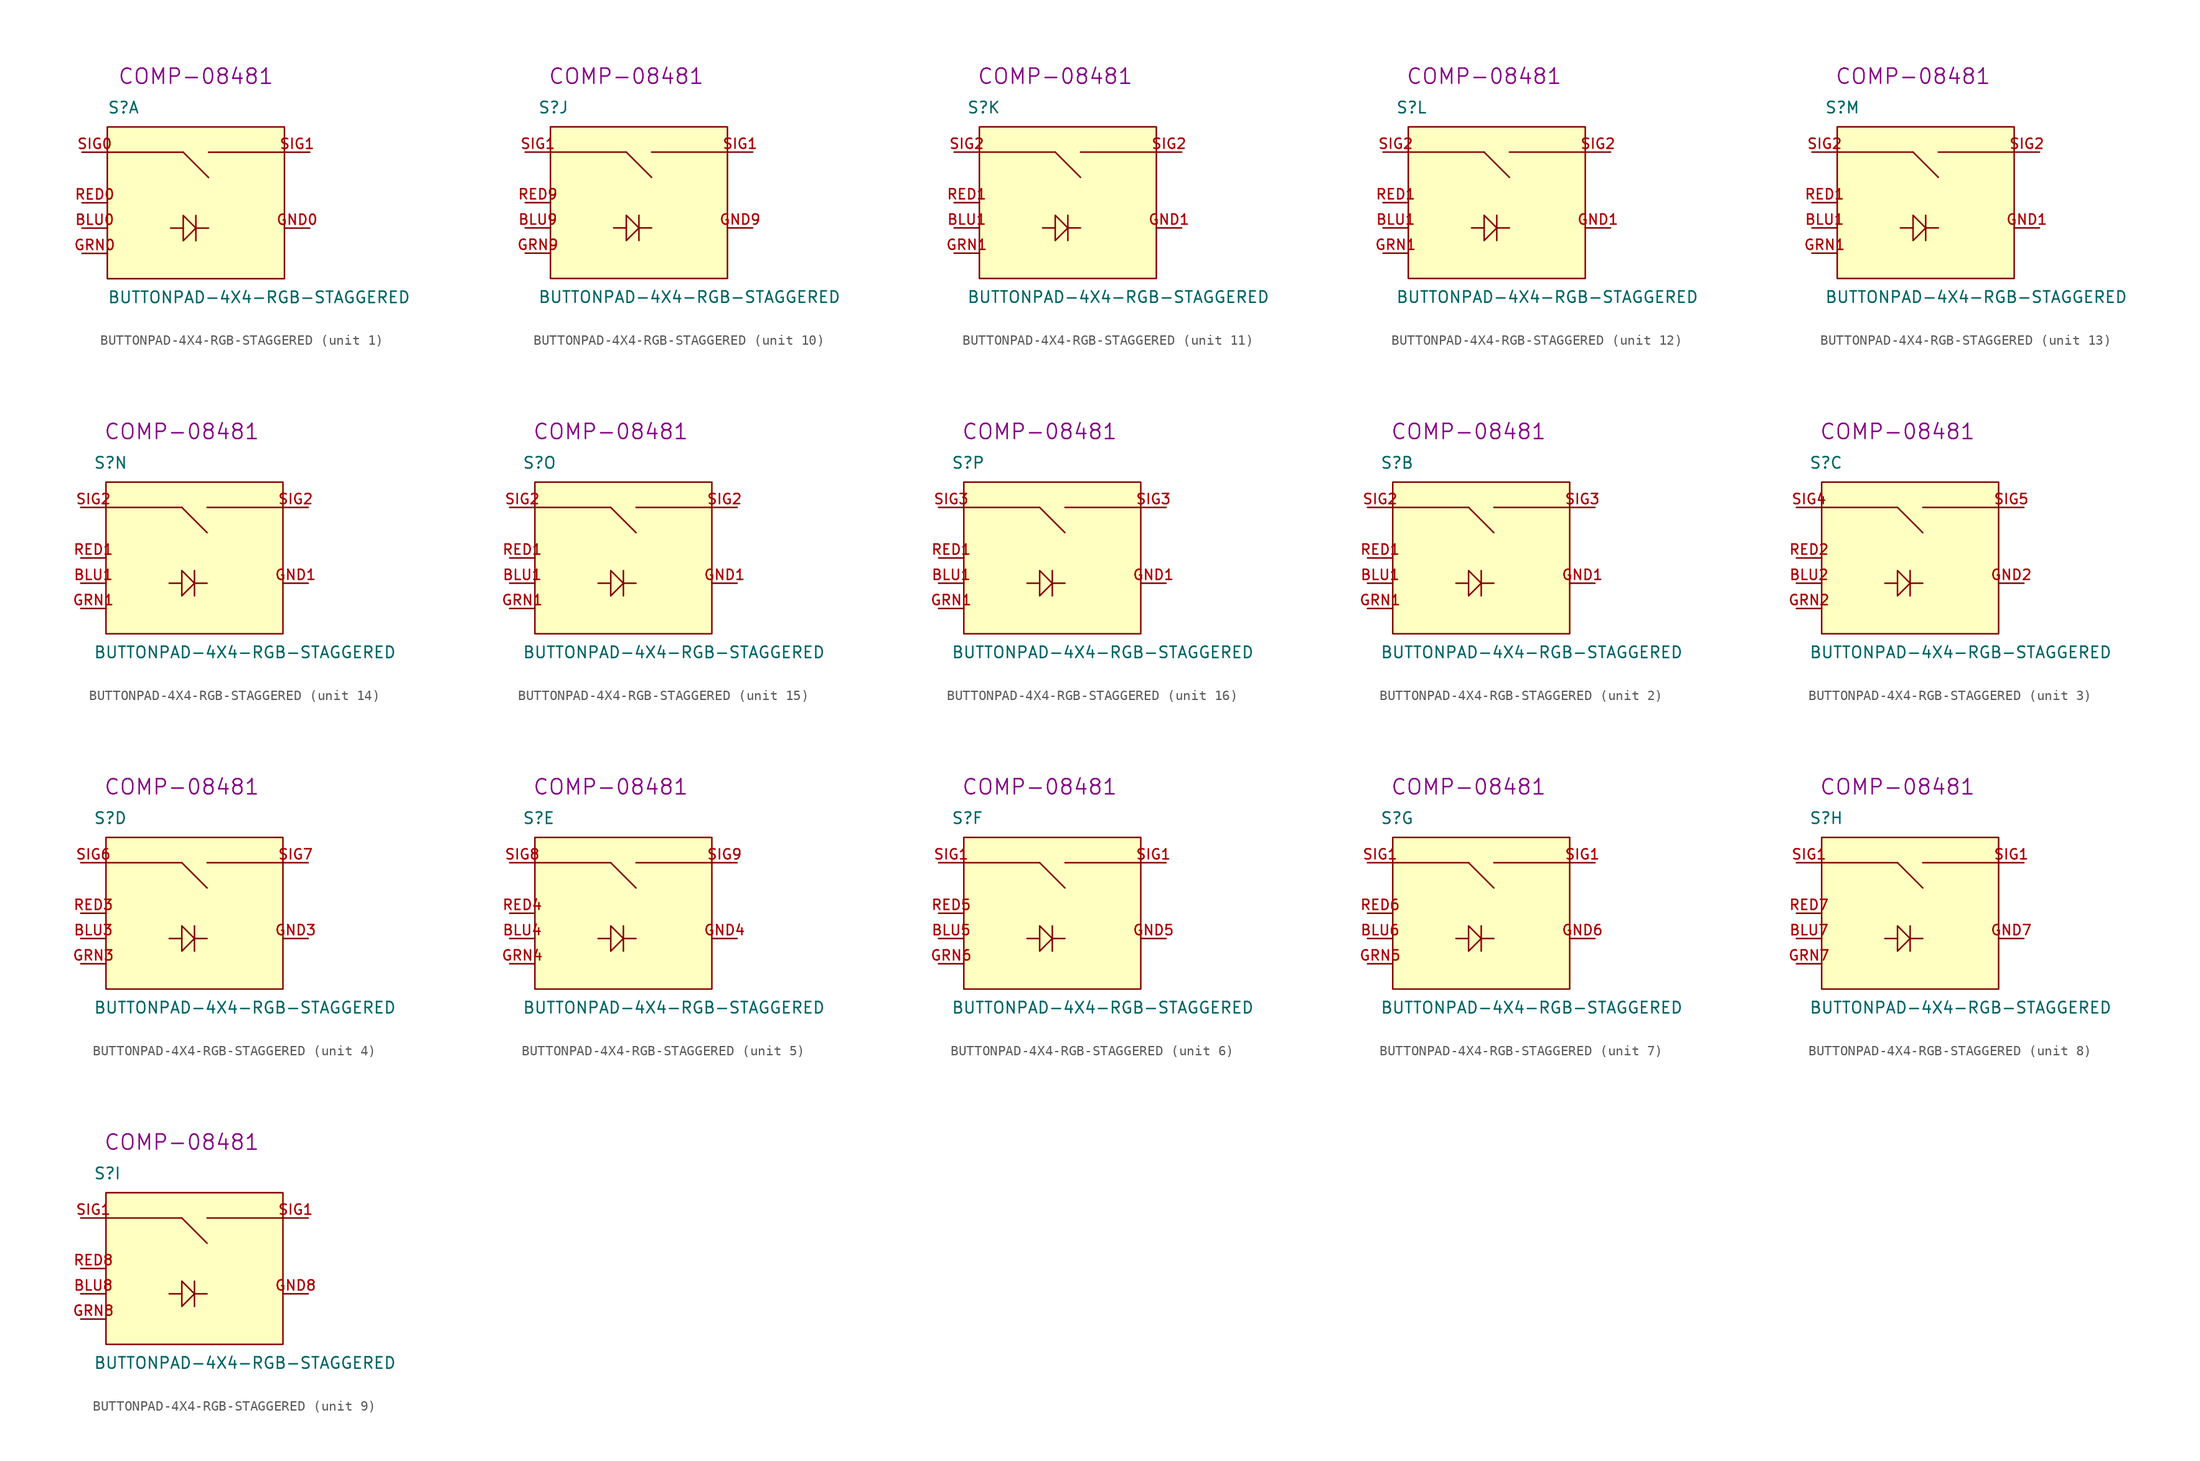
<source format=kicad_sym>
(kicad_symbol_lib
  (version 20211014)
  (generator kicad_symbol_editor)
  (symbol "BUTTONPAD-4X4-RGB-STAGGERED"
    (pin_names
      (offset 1.016) hide)
    (property "Reference" "S"
      (at -8.89 8.89 0)
      (effects (font (size 1.143 1.143)) (justify left bottom)))
    (property "Value" "BUTTONPAD-4X4-RGB-STAGGERED"
      (at -8.89 -10.16 0)
      (effects (font (size 1.143 1.143)) (justify left bottom)))
    (property "Field4" "COMP-08481"
      (at 0 12.7 0)
      (effects (font (size 1.524 1.524))))
    (property "ki_locked" ""
      (at 0 0 0)
      (effects (font (size 1.27 1.27))))
    (symbol "BUTTONPAD-4X4-RGB-STAGGERED_1_0"
      (polyline (pts (xy -8.89 5.08) (xy -1.27 5.08)) (stroke (width 0) (type default) (color 0 0 0 0)) (fill (type none)))
      (polyline (pts (xy -1.27 -2.54) (xy -2.54 -2.54)) (stroke (width 0) (type default) (color 0 0 0 0)) (fill (type none)))
      (polyline (pts (xy -1.27 5.08) (xy 1.27 2.54)) (stroke (width 0) (type default) (color 0 0 0 0)) (fill (type none)))
      (polyline (pts (xy 0 -2.54) (xy 0 -3.81)) (stroke (width 0) (type default) (color 0 0 0 0)) (fill (type none)))
      (polyline (pts (xy 0 -2.54) (xy 1.27 -2.54)) (stroke (width 0) (type default) (color 0 0 0 0)) (fill (type none)))
      (polyline (pts (xy 0 -1.27) (xy 0 -2.54)) (stroke (width 0) (type default) (color 0 0 0 0)) (fill (type none)))
      (polyline (pts (xy 1.27 5.08) (xy 8.89 5.08)) (stroke (width 0) (type default) (color 0 0 0 0)) (fill (type none))))
    (symbol "BUTTONPAD-4X4-RGB-STAGGERED_1_1"
      (polyline (pts (xy -1.27 -1.27) (xy -1.27 -2.54) (xy -1.27 -3.81) (xy 0 -2.54) (xy -1.27 -1.27)) (stroke (width 0) (type default) (color 0 0 0 0)) (fill (type background)))
      (polyline (pts (xy 8.89 7.62) (xy 8.89 5.08) (xy 8.89 -7.62) (xy -8.89 -7.62) (xy -8.89 5.08) (xy -8.89 7.62) (xy 8.89 7.62)) (stroke (width 0) (type default) (color 0 0 0 0)) (fill (type background)))
      (pin bidirectional line (at -11.43 -2.54 0) (length 2.54) (name "BLU" (effects (font (size 1.016 1.016)))) (number "BLU0" (effects (font (size 1.016 1.016)))))
      (pin bidirectional line (at 11.43 -2.54 180) (length 2.54) (name "GND" (effects (font (size 1.016 1.016)))) (number "GND0" (effects (font (size 1.016 1.016)))))
      (pin bidirectional line (at -11.43 -5.08 0) (length 2.54) (name "GRN" (effects (font (size 1.016 1.016)))) (number "GRN0" (effects (font (size 1.016 1.016)))))
      (pin bidirectional line (at -11.43 0 0) (length 2.54) (name "RED" (effects (font (size 1.016 1.016)))) (number "RED0" (effects (font (size 1.016 1.016)))))
      (pin bidirectional line (at -11.43 5.08 0) (length 2.54) (name "SIG1" (effects (font (size 1.016 1.016)))) (number "SIG0" (effects (font (size 1.016 1.016)))))
      (pin bidirectional line (at 11.43 5.08 180) (length 2.54) (name "SIG2" (effects (font (size 1.016 1.016)))) (number "SIG1" (effects (font (size 1.016 1.016))))))
    (symbol "BUTTONPAD-4X4-RGB-STAGGERED_2_0"
      (polyline (pts (xy -7.62 5.08) (xy 0 5.08)) (stroke (width 0) (type default) (color 0 0 0 0)) (fill (type none)))
      (polyline (pts (xy 0 -2.54) (xy -1.27 -2.54)) (stroke (width 0) (type default) (color 0 0 0 0)) (fill (type none)))
      (polyline (pts (xy 0 5.08) (xy 2.54 2.54)) (stroke (width 0) (type default) (color 0 0 0 0)) (fill (type none)))
      (polyline (pts (xy 1.27 -2.54) (xy 1.27 -3.81)) (stroke (width 0) (type default) (color 0 0 0 0)) (fill (type none)))
      (polyline (pts (xy 1.27 -2.54) (xy 2.54 -2.54)) (stroke (width 0) (type default) (color 0 0 0 0)) (fill (type none)))
      (polyline (pts (xy 1.27 -1.27) (xy 1.27 -2.54)) (stroke (width 0) (type default) (color 0 0 0 0)) (fill (type none)))
      (polyline (pts (xy 2.54 5.08) (xy 10.16 5.08)) (stroke (width 0) (type default) (color 0 0 0 0)) (fill (type none))))
    (symbol "BUTTONPAD-4X4-RGB-STAGGERED_2_1"
      (polyline (pts (xy 0 -1.27) (xy 0 -2.54) (xy 0 -3.81) (xy 1.27 -2.54) (xy 0 -1.27)) (stroke (width 0) (type default) (color 0 0 0 0)) (fill (type background)))
      (polyline (pts (xy 10.16 7.62) (xy 10.16 5.08) (xy 10.16 -7.62) (xy -7.62 -7.62) (xy -7.62 5.08) (xy -7.62 7.62) (xy 10.16 7.62)) (stroke (width 0) (type default) (color 0 0 0 0)) (fill (type background)))
      (pin bidirectional line (at -10.16 -2.54 0) (length 2.54) (name "BLU" (effects (font (size 1.016 1.016)))) (number "BLU1" (effects (font (size 1.016 1.016)))))
      (pin bidirectional line (at 12.7 -2.54 180) (length 2.54) (name "GND" (effects (font (size 1.016 1.016)))) (number "GND1" (effects (font (size 1.016 1.016)))))
      (pin bidirectional line (at -10.16 -5.08 0) (length 2.54) (name "GRN" (effects (font (size 1.016 1.016)))) (number "GRN1" (effects (font (size 1.016 1.016)))))
      (pin bidirectional line (at -10.16 0 0) (length 2.54) (name "RED" (effects (font (size 1.016 1.016)))) (number "RED1" (effects (font (size 1.016 1.016)))))
      (pin bidirectional line (at -10.16 5.08 0) (length 2.54) (name "SIG1" (effects (font (size 1.016 1.016)))) (number "SIG2" (effects (font (size 1.016 1.016)))))
      (pin bidirectional line (at 12.7 5.08 180) (length 2.54) (name "SIG2" (effects (font (size 1.016 1.016)))) (number "SIG3" (effects (font (size 1.016 1.016))))))
    (symbol "BUTTONPAD-4X4-RGB-STAGGERED_3_0"
      (polyline (pts (xy -7.62 5.08) (xy 0 5.08)) (stroke (width 0) (type default) (color 0 0 0 0)) (fill (type none)))
      (polyline (pts (xy 0 -2.54) (xy -1.27 -2.54)) (stroke (width 0) (type default) (color 0 0 0 0)) (fill (type none)))
      (polyline (pts (xy 0 5.08) (xy 2.54 2.54)) (stroke (width 0) (type default) (color 0 0 0 0)) (fill (type none)))
      (polyline (pts (xy 1.27 -2.54) (xy 1.27 -3.81)) (stroke (width 0) (type default) (color 0 0 0 0)) (fill (type none)))
      (polyline (pts (xy 1.27 -2.54) (xy 2.54 -2.54)) (stroke (width 0) (type default) (color 0 0 0 0)) (fill (type none)))
      (polyline (pts (xy 1.27 -1.27) (xy 1.27 -2.54)) (stroke (width 0) (type default) (color 0 0 0 0)) (fill (type none)))
      (polyline (pts (xy 2.54 5.08) (xy 10.16 5.08)) (stroke (width 0) (type default) (color 0 0 0 0)) (fill (type none))))
    (symbol "BUTTONPAD-4X4-RGB-STAGGERED_3_1"
      (polyline (pts (xy 0 -1.27) (xy 0 -2.54) (xy 0 -3.81) (xy 1.27 -2.54) (xy 0 -1.27)) (stroke (width 0) (type default) (color 0 0 0 0)) (fill (type background)))
      (polyline (pts (xy 10.16 7.62) (xy 10.16 5.08) (xy 10.16 -7.62) (xy -7.62 -7.62) (xy -7.62 5.08) (xy -7.62 7.62) (xy 10.16 7.62)) (stroke (width 0) (type default) (color 0 0 0 0)) (fill (type background)))
      (pin bidirectional line (at -10.16 -2.54 0) (length 2.54) (name "BLU" (effects (font (size 1.016 1.016)))) (number "BLU2" (effects (font (size 1.016 1.016)))))
      (pin bidirectional line (at 12.7 -2.54 180) (length 2.54) (name "GND" (effects (font (size 1.016 1.016)))) (number "GND2" (effects (font (size 1.016 1.016)))))
      (pin bidirectional line (at -10.16 -5.08 0) (length 2.54) (name "GRN" (effects (font (size 1.016 1.016)))) (number "GRN2" (effects (font (size 1.016 1.016)))))
      (pin bidirectional line (at -10.16 0 0) (length 2.54) (name "RED" (effects (font (size 1.016 1.016)))) (number "RED2" (effects (font (size 1.016 1.016)))))
      (pin bidirectional line (at -10.16 5.08 0) (length 2.54) (name "SIG1" (effects (font (size 1.016 1.016)))) (number "SIG4" (effects (font (size 1.016 1.016)))))
      (pin bidirectional line (at 12.7 5.08 180) (length 2.54) (name "SIG2" (effects (font (size 1.016 1.016)))) (number "SIG5" (effects (font (size 1.016 1.016))))))
    (symbol "BUTTONPAD-4X4-RGB-STAGGERED_4_0"
      (polyline (pts (xy -7.62 5.08) (xy 0 5.08)) (stroke (width 0) (type default) (color 0 0 0 0)) (fill (type none)))
      (polyline (pts (xy 0 -2.54) (xy -1.27 -2.54)) (stroke (width 0) (type default) (color 0 0 0 0)) (fill (type none)))
      (polyline (pts (xy 0 5.08) (xy 2.54 2.54)) (stroke (width 0) (type default) (color 0 0 0 0)) (fill (type none)))
      (polyline (pts (xy 1.27 -2.54) (xy 1.27 -3.81)) (stroke (width 0) (type default) (color 0 0 0 0)) (fill (type none)))
      (polyline (pts (xy 1.27 -2.54) (xy 2.54 -2.54)) (stroke (width 0) (type default) (color 0 0 0 0)) (fill (type none)))
      (polyline (pts (xy 1.27 -1.27) (xy 1.27 -2.54)) (stroke (width 0) (type default) (color 0 0 0 0)) (fill (type none)))
      (polyline (pts (xy 2.54 5.08) (xy 10.16 5.08)) (stroke (width 0) (type default) (color 0 0 0 0)) (fill (type none))))
    (symbol "BUTTONPAD-4X4-RGB-STAGGERED_4_1"
      (polyline (pts (xy 0 -1.27) (xy 0 -2.54) (xy 0 -3.81) (xy 1.27 -2.54) (xy 0 -1.27)) (stroke (width 0) (type default) (color 0 0 0 0)) (fill (type background)))
      (polyline (pts (xy 10.16 7.62) (xy 10.16 5.08) (xy 10.16 -7.62) (xy -7.62 -7.62) (xy -7.62 5.08) (xy -7.62 7.62) (xy 10.16 7.62)) (stroke (width 0) (type default) (color 0 0 0 0)) (fill (type background)))
      (pin bidirectional line (at -10.16 -2.54 0) (length 2.54) (name "BLU" (effects (font (size 1.016 1.016)))) (number "BLU3" (effects (font (size 1.016 1.016)))))
      (pin bidirectional line (at 12.7 -2.54 180) (length 2.54) (name "GND" (effects (font (size 1.016 1.016)))) (number "GND3" (effects (font (size 1.016 1.016)))))
      (pin bidirectional line (at -10.16 -5.08 0) (length 2.54) (name "GRN" (effects (font (size 1.016 1.016)))) (number "GRN3" (effects (font (size 1.016 1.016)))))
      (pin bidirectional line (at -10.16 0 0) (length 2.54) (name "RED" (effects (font (size 1.016 1.016)))) (number "RED3" (effects (font (size 1.016 1.016)))))
      (pin bidirectional line (at -10.16 5.08 0) (length 2.54) (name "SIG1" (effects (font (size 1.016 1.016)))) (number "SIG6" (effects (font (size 1.016 1.016)))))
      (pin bidirectional line (at 12.7 5.08 180) (length 2.54) (name "SIG2" (effects (font (size 1.016 1.016)))) (number "SIG7" (effects (font (size 1.016 1.016))))))
    (symbol "BUTTONPAD-4X4-RGB-STAGGERED_5_0"
      (polyline (pts (xy -7.62 5.08) (xy 0 5.08)) (stroke (width 0) (type default) (color 0 0 0 0)) (fill (type none)))
      (polyline (pts (xy 0 -2.54) (xy -1.27 -2.54)) (stroke (width 0) (type default) (color 0 0 0 0)) (fill (type none)))
      (polyline (pts (xy 0 5.08) (xy 2.54 2.54)) (stroke (width 0) (type default) (color 0 0 0 0)) (fill (type none)))
      (polyline (pts (xy 1.27 -2.54) (xy 1.27 -3.81)) (stroke (width 0) (type default) (color 0 0 0 0)) (fill (type none)))
      (polyline (pts (xy 1.27 -2.54) (xy 2.54 -2.54)) (stroke (width 0) (type default) (color 0 0 0 0)) (fill (type none)))
      (polyline (pts (xy 1.27 -1.27) (xy 1.27 -2.54)) (stroke (width 0) (type default) (color 0 0 0 0)) (fill (type none)))
      (polyline (pts (xy 2.54 5.08) (xy 10.16 5.08)) (stroke (width 0) (type default) (color 0 0 0 0)) (fill (type none))))
    (symbol "BUTTONPAD-4X4-RGB-STAGGERED_5_1"
      (polyline (pts (xy 0 -1.27) (xy 0 -2.54) (xy 0 -3.81) (xy 1.27 -2.54) (xy 0 -1.27)) (stroke (width 0) (type default) (color 0 0 0 0)) (fill (type background)))
      (polyline (pts (xy 10.16 7.62) (xy 10.16 5.08) (xy 10.16 -7.62) (xy -7.62 -7.62) (xy -7.62 5.08) (xy -7.62 7.62) (xy 10.16 7.62)) (stroke (width 0) (type default) (color 0 0 0 0)) (fill (type background)))
      (pin bidirectional line (at -10.16 -2.54 0) (length 2.54) (name "BLU" (effects (font (size 1.016 1.016)))) (number "BLU4" (effects (font (size 1.016 1.016)))))
      (pin bidirectional line (at 12.7 -2.54 180) (length 2.54) (name "GND" (effects (font (size 1.016 1.016)))) (number "GND4" (effects (font (size 1.016 1.016)))))
      (pin bidirectional line (at -10.16 -5.08 0) (length 2.54) (name "GRN" (effects (font (size 1.016 1.016)))) (number "GRN4" (effects (font (size 1.016 1.016)))))
      (pin bidirectional line (at -10.16 0 0) (length 2.54) (name "RED" (effects (font (size 1.016 1.016)))) (number "RED4" (effects (font (size 1.016 1.016)))))
      (pin bidirectional line (at -10.16 5.08 0) (length 2.54) (name "SIG1" (effects (font (size 1.016 1.016)))) (number "SIG8" (effects (font (size 1.016 1.016)))))
      (pin bidirectional line (at 12.7 5.08 180) (length 2.54) (name "SIG2" (effects (font (size 1.016 1.016)))) (number "SIG9" (effects (font (size 1.016 1.016))))))
    (symbol "BUTTONPAD-4X4-RGB-STAGGERED_6_0"
      (polyline (pts (xy -7.62 5.08) (xy 0 5.08)) (stroke (width 0) (type default) (color 0 0 0 0)) (fill (type none)))
      (polyline (pts (xy 0 -2.54) (xy -1.27 -2.54)) (stroke (width 0) (type default) (color 0 0 0 0)) (fill (type none)))
      (polyline (pts (xy 0 5.08) (xy 2.54 2.54)) (stroke (width 0) (type default) (color 0 0 0 0)) (fill (type none)))
      (polyline (pts (xy 1.27 -2.54) (xy 1.27 -3.81)) (stroke (width 0) (type default) (color 0 0 0 0)) (fill (type none)))
      (polyline (pts (xy 1.27 -2.54) (xy 2.54 -2.54)) (stroke (width 0) (type default) (color 0 0 0 0)) (fill (type none)))
      (polyline (pts (xy 1.27 -1.27) (xy 1.27 -2.54)) (stroke (width 0) (type default) (color 0 0 0 0)) (fill (type none)))
      (polyline (pts (xy 2.54 5.08) (xy 10.16 5.08)) (stroke (width 0) (type default) (color 0 0 0 0)) (fill (type none))))
    (symbol "BUTTONPAD-4X4-RGB-STAGGERED_6_1"
      (polyline (pts (xy 0 -1.27) (xy 0 -2.54) (xy 0 -3.81) (xy 1.27 -2.54) (xy 0 -1.27)) (stroke (width 0) (type default) (color 0 0 0 0)) (fill (type background)))
      (polyline (pts (xy 10.16 7.62) (xy 10.16 5.08) (xy 10.16 -7.62) (xy -7.62 -7.62) (xy -7.62 5.08) (xy -7.62 7.62) (xy 10.16 7.62)) (stroke (width 0) (type default) (color 0 0 0 0)) (fill (type background)))
      (pin bidirectional line (at -10.16 -2.54 0) (length 2.54) (name "BLU" (effects (font (size 1.016 1.016)))) (number "BLU5" (effects (font (size 1.016 1.016)))))
      (pin bidirectional line (at 12.7 -2.54 180) (length 2.54) (name "GND" (effects (font (size 1.016 1.016)))) (number "GND5" (effects (font (size 1.016 1.016)))))
      (pin bidirectional line (at -10.16 -5.08 0) (length 2.54) (name "GRN" (effects (font (size 1.016 1.016)))) (number "GRN6" (effects (font (size 1.016 1.016)))))
      (pin bidirectional line (at -10.16 0 0) (length 2.54) (name "RED" (effects (font (size 1.016 1.016)))) (number "RED5" (effects (font (size 1.016 1.016)))))
      (pin bidirectional line (at -10.16 5.08 0) (length 2.54) (name "SIG1" (effects (font (size 1.016 1.016)))) (number "SIG1" (effects (font (size 1.016 1.016)))))
      (pin bidirectional line (at 12.7 5.08 180) (length 2.54) (name "SIG2" (effects (font (size 1.016 1.016)))) (number "SIG1" (effects (font (size 1.016 1.016))))))
    (symbol "BUTTONPAD-4X4-RGB-STAGGERED_7_0"
      (polyline (pts (xy -7.62 5.08) (xy 0 5.08)) (stroke (width 0) (type default) (color 0 0 0 0)) (fill (type none)))
      (polyline (pts (xy 0 -2.54) (xy -1.27 -2.54)) (stroke (width 0) (type default) (color 0 0 0 0)) (fill (type none)))
      (polyline (pts (xy 0 5.08) (xy 2.54 2.54)) (stroke (width 0) (type default) (color 0 0 0 0)) (fill (type none)))
      (polyline (pts (xy 1.27 -2.54) (xy 1.27 -3.81)) (stroke (width 0) (type default) (color 0 0 0 0)) (fill (type none)))
      (polyline (pts (xy 1.27 -2.54) (xy 2.54 -2.54)) (stroke (width 0) (type default) (color 0 0 0 0)) (fill (type none)))
      (polyline (pts (xy 1.27 -1.27) (xy 1.27 -2.54)) (stroke (width 0) (type default) (color 0 0 0 0)) (fill (type none)))
      (polyline (pts (xy 2.54 5.08) (xy 10.16 5.08)) (stroke (width 0) (type default) (color 0 0 0 0)) (fill (type none))))
    (symbol "BUTTONPAD-4X4-RGB-STAGGERED_7_1"
      (polyline (pts (xy 0 -1.27) (xy 0 -2.54) (xy 0 -3.81) (xy 1.27 -2.54) (xy 0 -1.27)) (stroke (width 0) (type default) (color 0 0 0 0)) (fill (type background)))
      (polyline (pts (xy 10.16 7.62) (xy 10.16 5.08) (xy 10.16 -7.62) (xy -7.62 -7.62) (xy -7.62 5.08) (xy -7.62 7.62) (xy 10.16 7.62)) (stroke (width 0) (type default) (color 0 0 0 0)) (fill (type background)))
      (pin bidirectional line (at -10.16 -2.54 0) (length 2.54) (name "BLU" (effects (font (size 1.016 1.016)))) (number "BLU6" (effects (font (size 1.016 1.016)))))
      (pin bidirectional line (at 12.7 -2.54 180) (length 2.54) (name "GND" (effects (font (size 1.016 1.016)))) (number "GND6" (effects (font (size 1.016 1.016)))))
      (pin bidirectional line (at -10.16 -5.08 0) (length 2.54) (name "GRN" (effects (font (size 1.016 1.016)))) (number "GRN5" (effects (font (size 1.016 1.016)))))
      (pin bidirectional line (at -10.16 0 0) (length 2.54) (name "RED" (effects (font (size 1.016 1.016)))) (number "RED6" (effects (font (size 1.016 1.016)))))
      (pin bidirectional line (at -10.16 5.08 0) (length 2.54) (name "SIG1" (effects (font (size 1.016 1.016)))) (number "SIG1" (effects (font (size 1.016 1.016)))))
      (pin bidirectional line (at 12.7 5.08 180) (length 2.54) (name "SIG2" (effects (font (size 1.016 1.016)))) (number "SIG1" (effects (font (size 1.016 1.016))))))
    (symbol "BUTTONPAD-4X4-RGB-STAGGERED_8_0"
      (polyline (pts (xy -7.62 5.08) (xy 0 5.08)) (stroke (width 0) (type default) (color 0 0 0 0)) (fill (type none)))
      (polyline (pts (xy 0 -2.54) (xy -1.27 -2.54)) (stroke (width 0) (type default) (color 0 0 0 0)) (fill (type none)))
      (polyline (pts (xy 0 5.08) (xy 2.54 2.54)) (stroke (width 0) (type default) (color 0 0 0 0)) (fill (type none)))
      (polyline (pts (xy 1.27 -2.54) (xy 1.27 -3.81)) (stroke (width 0) (type default) (color 0 0 0 0)) (fill (type none)))
      (polyline (pts (xy 1.27 -2.54) (xy 2.54 -2.54)) (stroke (width 0) (type default) (color 0 0 0 0)) (fill (type none)))
      (polyline (pts (xy 1.27 -1.27) (xy 1.27 -2.54)) (stroke (width 0) (type default) (color 0 0 0 0)) (fill (type none)))
      (polyline (pts (xy 2.54 5.08) (xy 10.16 5.08)) (stroke (width 0) (type default) (color 0 0 0 0)) (fill (type none))))
    (symbol "BUTTONPAD-4X4-RGB-STAGGERED_8_1"
      (polyline (pts (xy 0 -1.27) (xy 0 -2.54) (xy 0 -3.81) (xy 1.27 -2.54) (xy 0 -1.27)) (stroke (width 0) (type default) (color 0 0 0 0)) (fill (type background)))
      (polyline (pts (xy 10.16 7.62) (xy 10.16 5.08) (xy 10.16 -7.62) (xy -7.62 -7.62) (xy -7.62 5.08) (xy -7.62 7.62) (xy 10.16 7.62)) (stroke (width 0) (type default) (color 0 0 0 0)) (fill (type background)))
      (pin bidirectional line (at -10.16 -2.54 0) (length 2.54) (name "BLU" (effects (font (size 1.016 1.016)))) (number "BLU7" (effects (font (size 1.016 1.016)))))
      (pin bidirectional line (at 12.7 -2.54 180) (length 2.54) (name "GND" (effects (font (size 1.016 1.016)))) (number "GND7" (effects (font (size 1.016 1.016)))))
      (pin bidirectional line (at -10.16 -5.08 0) (length 2.54) (name "GRN" (effects (font (size 1.016 1.016)))) (number "GRN7" (effects (font (size 1.016 1.016)))))
      (pin bidirectional line (at -10.16 0 0) (length 2.54) (name "RED" (effects (font (size 1.016 1.016)))) (number "RED7" (effects (font (size 1.016 1.016)))))
      (pin bidirectional line (at -10.16 5.08 0) (length 2.54) (name "SIG1" (effects (font (size 1.016 1.016)))) (number "SIG1" (effects (font (size 1.016 1.016)))))
      (pin bidirectional line (at 12.7 5.08 180) (length 2.54) (name "SIG2" (effects (font (size 1.016 1.016)))) (number "SIG1" (effects (font (size 1.016 1.016))))))
    (symbol "BUTTONPAD-4X4-RGB-STAGGERED_9_0"
      (polyline (pts (xy -7.62 5.08) (xy 0 5.08)) (stroke (width 0) (type default) (color 0 0 0 0)) (fill (type none)))
      (polyline (pts (xy 0 -2.54) (xy -1.27 -2.54)) (stroke (width 0) (type default) (color 0 0 0 0)) (fill (type none)))
      (polyline (pts (xy 0 5.08) (xy 2.54 2.54)) (stroke (width 0) (type default) (color 0 0 0 0)) (fill (type none)))
      (polyline (pts (xy 1.27 -2.54) (xy 1.27 -3.81)) (stroke (width 0) (type default) (color 0 0 0 0)) (fill (type none)))
      (polyline (pts (xy 1.27 -2.54) (xy 2.54 -2.54)) (stroke (width 0) (type default) (color 0 0 0 0)) (fill (type none)))
      (polyline (pts (xy 1.27 -1.27) (xy 1.27 -2.54)) (stroke (width 0) (type default) (color 0 0 0 0)) (fill (type none)))
      (polyline (pts (xy 2.54 5.08) (xy 10.16 5.08)) (stroke (width 0) (type default) (color 0 0 0 0)) (fill (type none))))
    (symbol "BUTTONPAD-4X4-RGB-STAGGERED_9_1"
      (polyline (pts (xy 0 -1.27) (xy 0 -2.54) (xy 0 -3.81) (xy 1.27 -2.54) (xy 0 -1.27)) (stroke (width 0) (type default) (color 0 0 0 0)) (fill (type background)))
      (polyline (pts (xy 10.16 7.62) (xy 10.16 5.08) (xy 10.16 -7.62) (xy -7.62 -7.62) (xy -7.62 5.08) (xy -7.62 7.62) (xy 10.16 7.62)) (stroke (width 0) (type default) (color 0 0 0 0)) (fill (type background)))
      (pin bidirectional line (at -10.16 -2.54 0) (length 2.54) (name "BLU" (effects (font (size 1.016 1.016)))) (number "BLU8" (effects (font (size 1.016 1.016)))))
      (pin bidirectional line (at 12.7 -2.54 180) (length 2.54) (name "GND" (effects (font (size 1.016 1.016)))) (number "GND8" (effects (font (size 1.016 1.016)))))
      (pin bidirectional line (at -10.16 -5.08 0) (length 2.54) (name "GRN" (effects (font (size 1.016 1.016)))) (number "GRN8" (effects (font (size 1.016 1.016)))))
      (pin bidirectional line (at -10.16 0 0) (length 2.54) (name "RED" (effects (font (size 1.016 1.016)))) (number "RED8" (effects (font (size 1.016 1.016)))))
      (pin bidirectional line (at -10.16 5.08 0) (length 2.54) (name "SIG1" (effects (font (size 1.016 1.016)))) (number "SIG1" (effects (font (size 1.016 1.016)))))
      (pin bidirectional line (at 12.7 5.08 180) (length 2.54) (name "SIG2" (effects (font (size 1.016 1.016)))) (number "SIG1" (effects (font (size 1.016 1.016))))))
    (symbol "BUTTONPAD-4X4-RGB-STAGGERED_10_0"
      (polyline (pts (xy -7.62 5.08) (xy 0 5.08)) (stroke (width 0) (type default) (color 0 0 0 0)) (fill (type none)))
      (polyline (pts (xy 0 -2.54) (xy -1.27 -2.54)) (stroke (width 0) (type default) (color 0 0 0 0)) (fill (type none)))
      (polyline (pts (xy 0 5.08) (xy 2.54 2.54)) (stroke (width 0) (type default) (color 0 0 0 0)) (fill (type none)))
      (polyline (pts (xy 1.27 -2.54) (xy 1.27 -3.81)) (stroke (width 0) (type default) (color 0 0 0 0)) (fill (type none)))
      (polyline (pts (xy 1.27 -2.54) (xy 2.54 -2.54)) (stroke (width 0) (type default) (color 0 0 0 0)) (fill (type none)))
      (polyline (pts (xy 1.27 -1.27) (xy 1.27 -2.54)) (stroke (width 0) (type default) (color 0 0 0 0)) (fill (type none)))
      (polyline (pts (xy 2.54 5.08) (xy 10.16 5.08)) (stroke (width 0) (type default) (color 0 0 0 0)) (fill (type none))))
    (symbol "BUTTONPAD-4X4-RGB-STAGGERED_10_1"
      (polyline (pts (xy 0 -1.27) (xy 0 -2.54) (xy 0 -3.81) (xy 1.27 -2.54) (xy 0 -1.27)) (stroke (width 0) (type default) (color 0 0 0 0)) (fill (type background)))
      (polyline (pts (xy 10.16 7.62) (xy 10.16 5.08) (xy 10.16 -7.62) (xy -7.62 -7.62) (xy -7.62 5.08) (xy -7.62 7.62) (xy 10.16 7.62)) (stroke (width 0) (type default) (color 0 0 0 0)) (fill (type background)))
      (pin bidirectional line (at -10.16 -2.54 0) (length 2.54) (name "BLU" (effects (font (size 1.016 1.016)))) (number "BLU9" (effects (font (size 1.016 1.016)))))
      (pin bidirectional line (at 12.7 -2.54 180) (length 2.54) (name "GND" (effects (font (size 1.016 1.016)))) (number "GND9" (effects (font (size 1.016 1.016)))))
      (pin bidirectional line (at -10.16 -5.08 0) (length 2.54) (name "GRN" (effects (font (size 1.016 1.016)))) (number "GRN9" (effects (font (size 1.016 1.016)))))
      (pin bidirectional line (at -10.16 0 0) (length 2.54) (name "RED" (effects (font (size 1.016 1.016)))) (number "RED9" (effects (font (size 1.016 1.016)))))
      (pin bidirectional line (at -10.16 5.08 0) (length 2.54) (name "SIG1" (effects (font (size 1.016 1.016)))) (number "SIG1" (effects (font (size 1.016 1.016)))))
      (pin bidirectional line (at 12.7 5.08 180) (length 2.54) (name "SIG2" (effects (font (size 1.016 1.016)))) (number "SIG1" (effects (font (size 1.016 1.016))))))
    (symbol "BUTTONPAD-4X4-RGB-STAGGERED_11_0"
      (polyline (pts (xy -7.62 5.08) (xy 0 5.08)) (stroke (width 0) (type default) (color 0 0 0 0)) (fill (type none)))
      (polyline (pts (xy 0 -2.54) (xy -1.27 -2.54)) (stroke (width 0) (type default) (color 0 0 0 0)) (fill (type none)))
      (polyline (pts (xy 0 5.08) (xy 2.54 2.54)) (stroke (width 0) (type default) (color 0 0 0 0)) (fill (type none)))
      (polyline (pts (xy 1.27 -2.54) (xy 1.27 -3.81)) (stroke (width 0) (type default) (color 0 0 0 0)) (fill (type none)))
      (polyline (pts (xy 1.27 -2.54) (xy 2.54 -2.54)) (stroke (width 0) (type default) (color 0 0 0 0)) (fill (type none)))
      (polyline (pts (xy 1.27 -1.27) (xy 1.27 -2.54)) (stroke (width 0) (type default) (color 0 0 0 0)) (fill (type none)))
      (polyline (pts (xy 2.54 5.08) (xy 10.16 5.08)) (stroke (width 0) (type default) (color 0 0 0 0)) (fill (type none))))
    (symbol "BUTTONPAD-4X4-RGB-STAGGERED_11_1"
      (polyline (pts (xy 0 -1.27) (xy 0 -2.54) (xy 0 -3.81) (xy 1.27 -2.54) (xy 0 -1.27)) (stroke (width 0) (type default) (color 0 0 0 0)) (fill (type background)))
      (polyline (pts (xy 10.16 7.62) (xy 10.16 5.08) (xy 10.16 -7.62) (xy -7.62 -7.62) (xy -7.62 5.08) (xy -7.62 7.62) (xy 10.16 7.62)) (stroke (width 0) (type default) (color 0 0 0 0)) (fill (type background)))
      (pin bidirectional line (at -10.16 -2.54 0) (length 2.54) (name "BLU" (effects (font (size 1.016 1.016)))) (number "BLU1" (effects (font (size 1.016 1.016)))))
      (pin bidirectional line (at 12.7 -2.54 180) (length 2.54) (name "GND" (effects (font (size 1.016 1.016)))) (number "GND1" (effects (font (size 1.016 1.016)))))
      (pin bidirectional line (at -10.16 -5.08 0) (length 2.54) (name "GRN" (effects (font (size 1.016 1.016)))) (number "GRN1" (effects (font (size 1.016 1.016)))))
      (pin bidirectional line (at -10.16 0 0) (length 2.54) (name "RED" (effects (font (size 1.016 1.016)))) (number "RED1" (effects (font (size 1.016 1.016)))))
      (pin bidirectional line (at -10.16 5.08 0) (length 2.54) (name "SIG1" (effects (font (size 1.016 1.016)))) (number "SIG2" (effects (font (size 1.016 1.016)))))
      (pin bidirectional line (at 12.7 5.08 180) (length 2.54) (name "SIG2" (effects (font (size 1.016 1.016)))) (number "SIG2" (effects (font (size 1.016 1.016))))))
    (symbol "BUTTONPAD-4X4-RGB-STAGGERED_12_0"
      (polyline (pts (xy -7.62 5.08) (xy 0 5.08)) (stroke (width 0) (type default) (color 0 0 0 0)) (fill (type none)))
      (polyline (pts (xy 0 -2.54) (xy -1.27 -2.54)) (stroke (width 0) (type default) (color 0 0 0 0)) (fill (type none)))
      (polyline (pts (xy 0 5.08) (xy 2.54 2.54)) (stroke (width 0) (type default) (color 0 0 0 0)) (fill (type none)))
      (polyline (pts (xy 1.27 -2.54) (xy 1.27 -3.81)) (stroke (width 0) (type default) (color 0 0 0 0)) (fill (type none)))
      (polyline (pts (xy 1.27 -2.54) (xy 2.54 -2.54)) (stroke (width 0) (type default) (color 0 0 0 0)) (fill (type none)))
      (polyline (pts (xy 1.27 -1.27) (xy 1.27 -2.54)) (stroke (width 0) (type default) (color 0 0 0 0)) (fill (type none)))
      (polyline (pts (xy 2.54 5.08) (xy 10.16 5.08)) (stroke (width 0) (type default) (color 0 0 0 0)) (fill (type none))))
    (symbol "BUTTONPAD-4X4-RGB-STAGGERED_12_1"
      (polyline (pts (xy 0 -1.27) (xy 0 -2.54) (xy 0 -3.81) (xy 1.27 -2.54) (xy 0 -1.27)) (stroke (width 0) (type default) (color 0 0 0 0)) (fill (type background)))
      (polyline (pts (xy 10.16 7.62) (xy 10.16 5.08) (xy 10.16 -7.62) (xy -7.62 -7.62) (xy -7.62 5.08) (xy -7.62 7.62) (xy 10.16 7.62)) (stroke (width 0) (type default) (color 0 0 0 0)) (fill (type background)))
      (pin bidirectional line (at -10.16 -2.54 0) (length 2.54) (name "BLU" (effects (font (size 1.016 1.016)))) (number "BLU1" (effects (font (size 1.016 1.016)))))
      (pin bidirectional line (at 12.7 -2.54 180) (length 2.54) (name "GND" (effects (font (size 1.016 1.016)))) (number "GND1" (effects (font (size 1.016 1.016)))))
      (pin bidirectional line (at -10.16 -5.08 0) (length 2.54) (name "GRN" (effects (font (size 1.016 1.016)))) (number "GRN1" (effects (font (size 1.016 1.016)))))
      (pin bidirectional line (at -10.16 0 0) (length 2.54) (name "RED" (effects (font (size 1.016 1.016)))) (number "RED1" (effects (font (size 1.016 1.016)))))
      (pin bidirectional line (at -10.16 5.08 0) (length 2.54) (name "SIG1" (effects (font (size 1.016 1.016)))) (number "SIG2" (effects (font (size 1.016 1.016)))))
      (pin bidirectional line (at 12.7 5.08 180) (length 2.54) (name "SIG2" (effects (font (size 1.016 1.016)))) (number "SIG2" (effects (font (size 1.016 1.016))))))
    (symbol "BUTTONPAD-4X4-RGB-STAGGERED_13_0"
      (polyline (pts (xy -7.62 5.08) (xy 0 5.08)) (stroke (width 0) (type default) (color 0 0 0 0)) (fill (type none)))
      (polyline (pts (xy 0 -2.54) (xy -1.27 -2.54)) (stroke (width 0) (type default) (color 0 0 0 0)) (fill (type none)))
      (polyline (pts (xy 0 5.08) (xy 2.54 2.54)) (stroke (width 0) (type default) (color 0 0 0 0)) (fill (type none)))
      (polyline (pts (xy 1.27 -2.54) (xy 1.27 -3.81)) (stroke (width 0) (type default) (color 0 0 0 0)) (fill (type none)))
      (polyline (pts (xy 1.27 -2.54) (xy 2.54 -2.54)) (stroke (width 0) (type default) (color 0 0 0 0)) (fill (type none)))
      (polyline (pts (xy 1.27 -1.27) (xy 1.27 -2.54)) (stroke (width 0) (type default) (color 0 0 0 0)) (fill (type none)))
      (polyline (pts (xy 2.54 5.08) (xy 10.16 5.08)) (stroke (width 0) (type default) (color 0 0 0 0)) (fill (type none))))
    (symbol "BUTTONPAD-4X4-RGB-STAGGERED_13_1"
      (polyline (pts (xy 0 -1.27) (xy 0 -2.54) (xy 0 -3.81) (xy 1.27 -2.54) (xy 0 -1.27)) (stroke (width 0) (type default) (color 0 0 0 0)) (fill (type background)))
      (polyline (pts (xy 10.16 7.62) (xy 10.16 5.08) (xy 10.16 -7.62) (xy -7.62 -7.62) (xy -7.62 5.08) (xy -7.62 7.62) (xy 10.16 7.62)) (stroke (width 0) (type default) (color 0 0 0 0)) (fill (type background)))
      (pin bidirectional line (at -10.16 -2.54 0) (length 2.54) (name "BLU" (effects (font (size 1.016 1.016)))) (number "BLU1" (effects (font (size 1.016 1.016)))))
      (pin bidirectional line (at 12.7 -2.54 180) (length 2.54) (name "GND" (effects (font (size 1.016 1.016)))) (number "GND1" (effects (font (size 1.016 1.016)))))
      (pin bidirectional line (at -10.16 -5.08 0) (length 2.54) (name "GRN" (effects (font (size 1.016 1.016)))) (number "GRN1" (effects (font (size 1.016 1.016)))))
      (pin bidirectional line (at -10.16 0 0) (length 2.54) (name "RED" (effects (font (size 1.016 1.016)))) (number "RED1" (effects (font (size 1.016 1.016)))))
      (pin bidirectional line (at -10.16 5.08 0) (length 2.54) (name "SIG1" (effects (font (size 1.016 1.016)))) (number "SIG2" (effects (font (size 1.016 1.016)))))
      (pin bidirectional line (at 12.7 5.08 180) (length 2.54) (name "SIG2" (effects (font (size 1.016 1.016)))) (number "SIG2" (effects (font (size 1.016 1.016))))))
    (symbol "BUTTONPAD-4X4-RGB-STAGGERED_14_0"
      (polyline (pts (xy -7.62 5.08) (xy 0 5.08)) (stroke (width 0) (type default) (color 0 0 0 0)) (fill (type none)))
      (polyline (pts (xy 0 -2.54) (xy -1.27 -2.54)) (stroke (width 0) (type default) (color 0 0 0 0)) (fill (type none)))
      (polyline (pts (xy 0 5.08) (xy 2.54 2.54)) (stroke (width 0) (type default) (color 0 0 0 0)) (fill (type none)))
      (polyline (pts (xy 1.27 -2.54) (xy 1.27 -3.81)) (stroke (width 0) (type default) (color 0 0 0 0)) (fill (type none)))
      (polyline (pts (xy 1.27 -2.54) (xy 2.54 -2.54)) (stroke (width 0) (type default) (color 0 0 0 0)) (fill (type none)))
      (polyline (pts (xy 1.27 -1.27) (xy 1.27 -2.54)) (stroke (width 0) (type default) (color 0 0 0 0)) (fill (type none)))
      (polyline (pts (xy 2.54 5.08) (xy 10.16 5.08)) (stroke (width 0) (type default) (color 0 0 0 0)) (fill (type none))))
    (symbol "BUTTONPAD-4X4-RGB-STAGGERED_14_1"
      (polyline (pts (xy 0 -1.27) (xy 0 -2.54) (xy 0 -3.81) (xy 1.27 -2.54) (xy 0 -1.27)) (stroke (width 0) (type default) (color 0 0 0 0)) (fill (type background)))
      (polyline (pts (xy 10.16 7.62) (xy 10.16 5.08) (xy 10.16 -7.62) (xy -7.62 -7.62) (xy -7.62 5.08) (xy -7.62 7.62) (xy 10.16 7.62)) (stroke (width 0) (type default) (color 0 0 0 0)) (fill (type background)))
      (pin bidirectional line (at -10.16 -2.54 0) (length 2.54) (name "BLU" (effects (font (size 1.016 1.016)))) (number "BLU1" (effects (font (size 1.016 1.016)))))
      (pin bidirectional line (at 12.7 -2.54 180) (length 2.54) (name "GND" (effects (font (size 1.016 1.016)))) (number "GND1" (effects (font (size 1.016 1.016)))))
      (pin bidirectional line (at -10.16 -5.08 0) (length 2.54) (name "GRN" (effects (font (size 1.016 1.016)))) (number "GRN1" (effects (font (size 1.016 1.016)))))
      (pin bidirectional line (at -10.16 0 0) (length 2.54) (name "RED" (effects (font (size 1.016 1.016)))) (number "RED1" (effects (font (size 1.016 1.016)))))
      (pin bidirectional line (at -10.16 5.08 0) (length 2.54) (name "SIG1" (effects (font (size 1.016 1.016)))) (number "SIG2" (effects (font (size 1.016 1.016)))))
      (pin bidirectional line (at 12.7 5.08 180) (length 2.54) (name "SIG2" (effects (font (size 1.016 1.016)))) (number "SIG2" (effects (font (size 1.016 1.016))))))
    (symbol "BUTTONPAD-4X4-RGB-STAGGERED_15_0"
      (polyline (pts (xy -7.62 5.08) (xy 0 5.08)) (stroke (width 0) (type default) (color 0 0 0 0)) (fill (type none)))
      (polyline (pts (xy 0 -2.54) (xy -1.27 -2.54)) (stroke (width 0) (type default) (color 0 0 0 0)) (fill (type none)))
      (polyline (pts (xy 0 5.08) (xy 2.54 2.54)) (stroke (width 0) (type default) (color 0 0 0 0)) (fill (type none)))
      (polyline (pts (xy 1.27 -2.54) (xy 1.27 -3.81)) (stroke (width 0) (type default) (color 0 0 0 0)) (fill (type none)))
      (polyline (pts (xy 1.27 -2.54) (xy 2.54 -2.54)) (stroke (width 0) (type default) (color 0 0 0 0)) (fill (type none)))
      (polyline (pts (xy 1.27 -1.27) (xy 1.27 -2.54)) (stroke (width 0) (type default) (color 0 0 0 0)) (fill (type none)))
      (polyline (pts (xy 2.54 5.08) (xy 10.16 5.08)) (stroke (width 0) (type default) (color 0 0 0 0)) (fill (type none))))
    (symbol "BUTTONPAD-4X4-RGB-STAGGERED_15_1"
      (polyline (pts (xy 0 -1.27) (xy 0 -2.54) (xy 0 -3.81) (xy 1.27 -2.54) (xy 0 -1.27)) (stroke (width 0) (type default) (color 0 0 0 0)) (fill (type background)))
      (polyline (pts (xy 10.16 7.62) (xy 10.16 5.08) (xy 10.16 -7.62) (xy -7.62 -7.62) (xy -7.62 5.08) (xy -7.62 7.62) (xy 10.16 7.62)) (stroke (width 0) (type default) (color 0 0 0 0)) (fill (type background)))
      (pin bidirectional line (at -10.16 -2.54 0) (length 2.54) (name "BLU" (effects (font (size 1.016 1.016)))) (number "BLU1" (effects (font (size 1.016 1.016)))))
      (pin bidirectional line (at 12.7 -2.54 180) (length 2.54) (name "GND" (effects (font (size 1.016 1.016)))) (number "GND1" (effects (font (size 1.016 1.016)))))
      (pin bidirectional line (at -10.16 -5.08 0) (length 2.54) (name "GRN" (effects (font (size 1.016 1.016)))) (number "GRN1" (effects (font (size 1.016 1.016)))))
      (pin bidirectional line (at -10.16 0 0) (length 2.54) (name "RED" (effects (font (size 1.016 1.016)))) (number "RED1" (effects (font (size 1.016 1.016)))))
      (pin bidirectional line (at -10.16 5.08 0) (length 2.54) (name "SIG1" (effects (font (size 1.016 1.016)))) (number "SIG2" (effects (font (size 1.016 1.016)))))
      (pin bidirectional line (at 12.7 5.08 180) (length 2.54) (name "SIG2" (effects (font (size 1.016 1.016)))) (number "SIG2" (effects (font (size 1.016 1.016))))))
    (symbol "BUTTONPAD-4X4-RGB-STAGGERED_16_0"
      (polyline (pts (xy -7.62 5.08) (xy 0 5.08)) (stroke (width 0) (type default) (color 0 0 0 0)) (fill (type none)))
      (polyline (pts (xy 0 -2.54) (xy -1.27 -2.54)) (stroke (width 0) (type default) (color 0 0 0 0)) (fill (type none)))
      (polyline (pts (xy 0 5.08) (xy 2.54 2.54)) (stroke (width 0) (type default) (color 0 0 0 0)) (fill (type none)))
      (polyline (pts (xy 1.27 -2.54) (xy 1.27 -3.81)) (stroke (width 0) (type default) (color 0 0 0 0)) (fill (type none)))
      (polyline (pts (xy 1.27 -2.54) (xy 2.54 -2.54)) (stroke (width 0) (type default) (color 0 0 0 0)) (fill (type none)))
      (polyline (pts (xy 1.27 -1.27) (xy 1.27 -2.54)) (stroke (width 0) (type default) (color 0 0 0 0)) (fill (type none)))
      (polyline (pts (xy 2.54 5.08) (xy 10.16 5.08)) (stroke (width 0) (type default) (color 0 0 0 0)) (fill (type none))))
    (symbol "BUTTONPAD-4X4-RGB-STAGGERED_16_1"
      (polyline (pts (xy 0 -1.27) (xy 0 -2.54) (xy 0 -3.81) (xy 1.27 -2.54) (xy 0 -1.27)) (stroke (width 0) (type default) (color 0 0 0 0)) (fill (type background)))
      (polyline (pts (xy 10.16 7.62) (xy 10.16 5.08) (xy 10.16 -7.62) (xy -7.62 -7.62) (xy -7.62 5.08) (xy -7.62 7.62) (xy 10.16 7.62)) (stroke (width 0) (type default) (color 0 0 0 0)) (fill (type background)))
      (pin bidirectional line (at -10.16 -2.54 0) (length 2.54) (name "BLU" (effects (font (size 1.016 1.016)))) (number "BLU1" (effects (font (size 1.016 1.016)))))
      (pin bidirectional line (at 12.7 -2.54 180) (length 2.54) (name "GND" (effects (font (size 1.016 1.016)))) (number "GND1" (effects (font (size 1.016 1.016)))))
      (pin bidirectional line (at -10.16 -5.08 0) (length 2.54) (name "GRN" (effects (font (size 1.016 1.016)))) (number "GRN1" (effects (font (size 1.016 1.016)))))
      (pin bidirectional line (at -10.16 0 0) (length 2.54) (name "RED" (effects (font (size 1.016 1.016)))) (number "RED1" (effects (font (size 1.016 1.016)))))
      (pin bidirectional line (at -10.16 5.08 0) (length 2.54) (name "SIG1" (effects (font (size 1.016 1.016)))) (number "SIG3" (effects (font (size 1.016 1.016)))))
      (pin bidirectional line (at 12.7 5.08 180) (length 2.54) (name "SIG2" (effects (font (size 1.016 1.016)))) (number "SIG3" (effects (font (size 1.016 1.016))))))))
</source>
